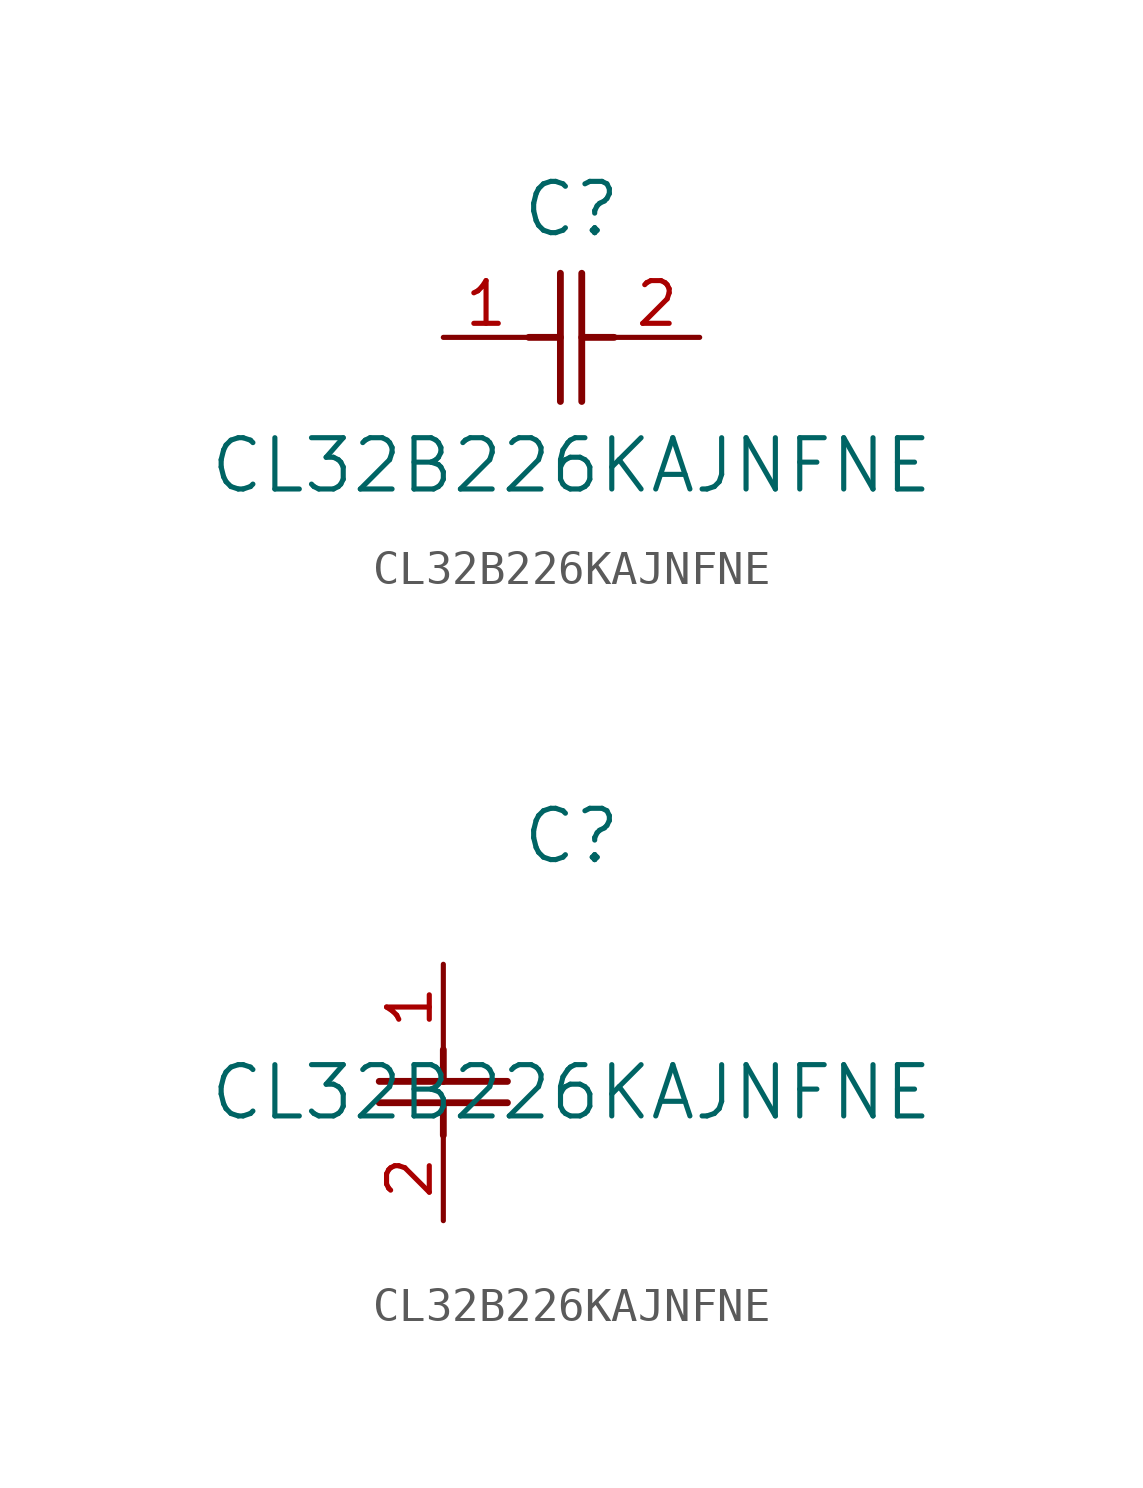
<source format=kicad_sym>
(kicad_symbol_lib
  (version 20211014)
  (generator kicad_symbol_editor)
  (symbol "CL32B226KAJNFNE"
    (pin_names
      (offset 0.254))
    (property "Reference" "C"
      (at 3.81 3.81 0)
      (effects (font (size 1.524 1.524))))
    (property "Value" "CL32B226KAJNFNE"
      (at 3.81 -3.81 0)
      (effects (font (size 1.524 1.524))))
    (symbol "CL32B226KAJNFNE_1_1"
      (polyline (pts (xy 3.48 -1.905) (xy 3.48 1.905)) (stroke (width 0.203) (type default) (color 0 0 0 0)) (fill (type none)))
      (polyline (pts (xy 4.115 -1.905) (xy 4.115 1.905)) (stroke (width 0.203) (type default) (color 0 0 0 0)) (fill (type none)))
      (polyline (pts (xy 4.115 0) (xy 5.08 0)) (stroke (width 0.203) (type default) (color 0 0 0 0)) (fill (type none)))
      (polyline (pts (xy 2.54 0) (xy 3.48 0)) (stroke (width 0.203) (type default) (color 0 0 0 0)) (fill (type none)))
      (pin unspecified line (at 0 0 0) (length 2.54) (name "" (effects (font (size 1.27 1.27)))) (number "1" (effects (font (size 1.27 1.27)))))
      (pin unspecified line (at 7.62 0 180) (length 2.54) (name "" (effects (font (size 1.27 1.27)))) (number "2" (effects (font (size 1.27 1.27))))))
    (symbol "CL32B226KAJNFNE_1_2"
      (polyline (pts (xy -1.905 -3.48) (xy 1.905 -3.48)) (stroke (width 0.203) (type default) (color 0 0 0 0)) (fill (type none)))
      (polyline (pts (xy -1.905 -4.115) (xy 1.905 -4.115)) (stroke (width 0.203) (type default) (color 0 0 0 0)) (fill (type none)))
      (polyline (pts (xy 0 -4.115) (xy 0 -5.08)) (stroke (width 0.203) (type default) (color 0 0 0 0)) (fill (type none)))
      (polyline (pts (xy 0 -2.54) (xy 0 -3.48)) (stroke (width 0.203) (type default) (color 0 0 0 0)) (fill (type none)))
      (pin unspecified line (at 0 0 270) (length 2.54) (name "" (effects (font (size 1.27 1.27)))) (number "1" (effects (font (size 1.27 1.27)))))
      (pin unspecified line (at 0 -7.62 90) (length 2.54) (name "" (effects (font (size 1.27 1.27)))) (number "2" (effects (font (size 1.27 1.27))))))))
</source>
